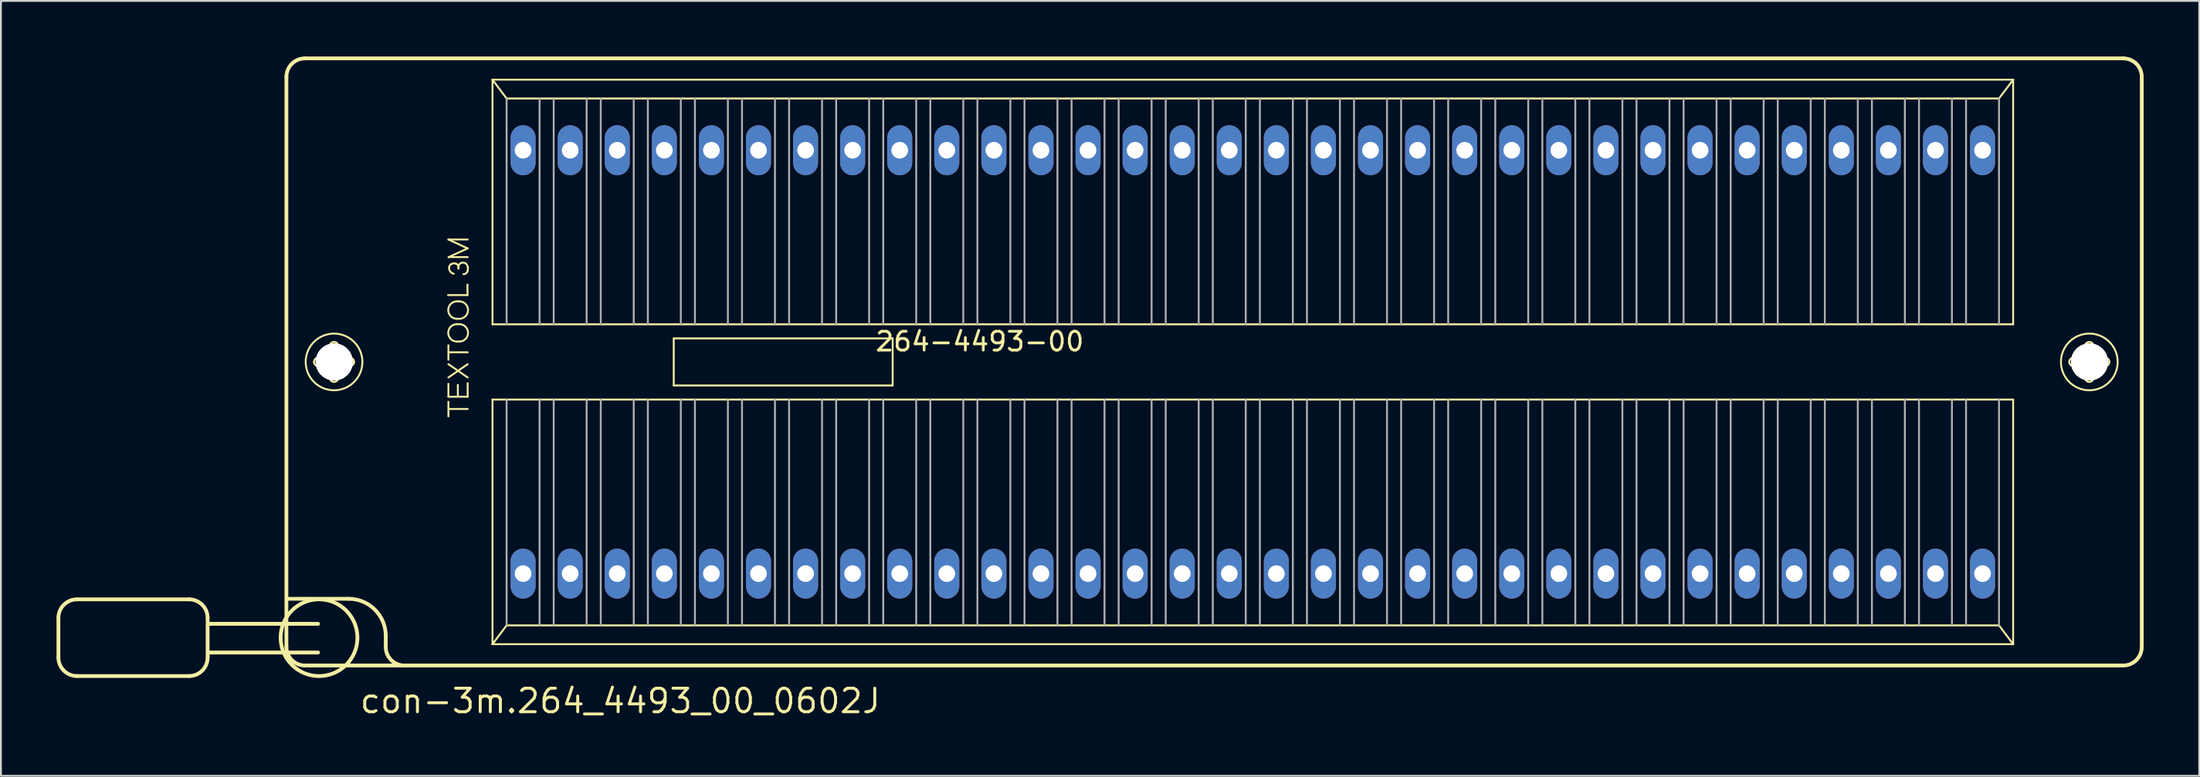
<source format=kicad_pcb>
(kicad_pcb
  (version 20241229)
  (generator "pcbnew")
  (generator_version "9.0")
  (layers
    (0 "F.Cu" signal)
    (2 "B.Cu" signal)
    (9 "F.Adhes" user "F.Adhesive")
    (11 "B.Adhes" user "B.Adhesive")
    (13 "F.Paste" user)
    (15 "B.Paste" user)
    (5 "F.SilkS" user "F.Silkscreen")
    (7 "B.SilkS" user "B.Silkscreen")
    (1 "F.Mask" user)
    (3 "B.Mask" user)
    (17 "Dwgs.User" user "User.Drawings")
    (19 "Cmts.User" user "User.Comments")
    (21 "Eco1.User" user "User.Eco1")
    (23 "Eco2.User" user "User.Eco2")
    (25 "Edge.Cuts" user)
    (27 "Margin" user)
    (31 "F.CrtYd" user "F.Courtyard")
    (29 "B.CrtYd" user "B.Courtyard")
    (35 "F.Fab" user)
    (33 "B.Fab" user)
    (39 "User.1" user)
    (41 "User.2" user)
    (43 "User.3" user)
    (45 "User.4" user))
  (footprint "con-3m.264_4493_00_0602J"
    (layer "F.Cu")
    (at 64.542 16.492)
    (property "Reference" "con-3m.264_4493_00_0602J" (at -48.26 19.05 0) (layer "F.SilkS") (effects (font (size 1.27 1.27) (thickness 0.16)) (justify left bottom)))
    (attr through_hole)
    (fp_line (start -64.44 13.82) (end -64.44 15.96) (stroke (width 0.203) (type default)) (layer "F.SilkS"))
    (fp_line (start -63.44 12.82) (end -57.39 12.82) (stroke (width 0.203) (type default)) (layer "F.SilkS"))
    (fp_line (start -57.39 16.96) (end -63.44 16.96) (stroke (width 0.203) (type default)) (layer "F.SilkS"))
    (fp_line (start -56.39 13.82) (end -56.39 15.96) (stroke (width 0.203) (type default)) (layer "F.SilkS"))
    (fp_line (start -52.14 15.39) (end -52.14 -15.39) (stroke (width 0.203) (type default)) (layer "F.SilkS"))
    (fp_line (start -52.03 12.79) (end -48.78 12.79) (stroke (width 0.203) (type default)) (layer "F.SilkS"))
    (fp_line (start -51.14 -16.39) (end 46.96 -16.39) (stroke (width 0.203) (type default)) (layer "F.SilkS"))
    (fp_line (start -50.43 14.14) (end -56.34 14.14) (stroke (width 0.203) (type default)) (layer "F.SilkS"))
    (fp_line (start -50.43 15.69) (end -56.34 15.69) (stroke (width 0.203) (type default)) (layer "F.SilkS"))
    (fp_line (start -50.42 -0.23) (end -49.87 -0.23) (stroke (width 0.102) (type default)) (layer "F.SilkS"))
    (fp_line (start -49.88 0.23) (end -50.42 0.23) (stroke (width 0.102) (type default)) (layer "F.SilkS"))
    (fp_line (start -49.8 -0.31) (end -49.8 -0.85) (stroke (width 0.102) (type default)) (layer "F.SilkS"))
    (fp_line (start -49.8 0.85) (end -49.8 0.3) (stroke (width 0.102) (type default)) (layer "F.SilkS"))
    (fp_line (start -49.34 -0.85) (end -49.34 -0.3) (stroke (width 0.102) (type default)) (layer "F.SilkS"))
    (fp_line (start -49.34 0.31) (end -49.34 0.85) (stroke (width 0.102) (type default)) (layer "F.SilkS"))
    (fp_line (start -49.26 -0.23) (end -48.72 -0.23) (stroke (width 0.102) (type default)) (layer "F.SilkS"))
    (fp_line (start -48.72 0.23) (end -49.27 0.23) (stroke (width 0.102) (type default)) (layer "F.SilkS"))
    (fp_line (start -46.78 14.74) (end -46.78 15.39) (stroke (width 0.203) (type default)) (layer "F.SilkS"))
    (fp_line (start -43.42 -3.61) (end -42.37 -3.61) (stroke (width 0.102) (type default)) (layer "F.SilkS"))
    (fp_line (start -43.4 -6.61) (end -42.36 -6.61) (stroke (width 0.102) (type default)) (layer "F.SilkS"))
    (fp_line (start -43.4 -0.12) (end -43.4 -0.9) (stroke (width 0.102) (type default)) (layer "F.SilkS"))
    (fp_line (start -43.4 0.12) (end -42.36 0.84) (stroke (width 0.102) (type default)) (layer "F.SilkS"))
    (fp_line (start -43.4 0.84) (end -42.36 0.12) (stroke (width 0.102) (type default)) (layer "F.SilkS"))
    (fp_line (start -43.4 1.18) (end -43.4 1.88) (stroke (width 0.102) (type default)) (layer "F.SilkS"))
    (fp_line (start -43.4 1.88) (end -42.36 1.88) (stroke (width 0.102) (type default)) (layer "F.SilkS"))
    (fp_line (start -43.4 2.94) (end -43.4 2.15) (stroke (width 0.102) (type default)) (layer "F.SilkS"))
    (fp_line (start -43.39 -5.66) (end -42.36 -6.13) (stroke (width 0.102) (type default)) (layer "F.SilkS"))
    (fp_line (start -43.39 2.54) (end -42.36 2.54) (stroke (width 0.102) (type default)) (layer "F.SilkS"))
    (fp_line (start -43.38 -0.52) (end -42.36 -0.52) (stroke (width 0.102) (type default)) (layer "F.SilkS"))
    (fp_line (start -42.94 -3.27) (end -42.81 -3.27) (stroke (width 0.102) (type default)) (layer "F.SilkS"))
    (fp_line (start -42.94 -2.33) (end -42.81 -2.33) (stroke (width 0.102) (type default)) (layer "F.SilkS"))
    (fp_line (start -42.94 -2.04) (end -42.81 -2.04) (stroke (width 0.102) (type default)) (layer "F.SilkS"))
    (fp_line (start -42.94 -1.1) (end -42.81 -1.1) (stroke (width 0.102) (type default)) (layer "F.SilkS"))
    (fp_line (start -42.89 1.24) (end -42.89 1.84) (stroke (width 0.102) (type default)) (layer "F.SilkS"))
    (fp_line (start -42.86 -5.03) (end -42.86 -5.12) (stroke (width 0.102) (type default)) (layer "F.SilkS"))
    (fp_line (start -42.37 -3.61) (end -42.37 -4.18) (stroke (width 0.102) (type default)) (layer "F.SilkS"))
    (fp_line (start -42.36 -6.13) (end -43.4 -6.61) (stroke (width 0.102) (type default)) (layer "F.SilkS"))
    (fp_line (start -42.36 -5.66) (end -43.39 -5.66) (stroke (width 0.102) (type default)) (layer "F.SilkS"))
    (fp_line (start -42.36 1.88) (end -42.36 1.15) (stroke (width 0.102) (type default)) (layer "F.SilkS"))
    (fp_line (start -41.021 -15.24) (end 41.021 -15.24) (stroke (width 0.102) (type default)) (layer "F.SilkS"))
    (fp_line (start -41.021 -2.032) (end -41.021 -15.24) (stroke (width 0.102) (type default)) (layer "F.SilkS"))
    (fp_line (start -41.021 2.032) (end 41.021 2.032) (stroke (width 0.102) (type default)) (layer "F.SilkS"))
    (fp_line (start -41.021 15.24) (end -41.021 2.032) (stroke (width 0.102) (type default)) (layer "F.SilkS"))
    (fp_line (start -41.021 15.24) (end -40.259 14.224) (stroke (width 0.102) (type default)) (layer "F.SilkS"))
    (fp_line (start -40.259 -14.224) (end -41.021 -15.24) (stroke (width 0.102) (type default)) (layer "F.SilkS"))
    (fp_line (start -40.259 14.224) (end 40.259 14.224) (stroke (width 0.102) (type default)) (layer "F.SilkS"))
    (fp_line (start -31.242 -1.27) (end -19.431 -1.27) (stroke (width 0.102) (type default)) (layer "F.SilkS"))
    (fp_line (start -31.242 1.27) (end -31.242 -1.27) (stroke (width 0.102) (type default)) (layer "F.SilkS"))
    (fp_line (start -19.431 -1.27) (end -19.431 1.27) (stroke (width 0.102) (type default)) (layer "F.SilkS"))
    (fp_line (start -19.431 1.27) (end -31.242 1.27) (stroke (width 0.102) (type default)) (layer "F.SilkS"))
    (fp_line (start 40.259 -14.224) (end -40.259 -14.224) (stroke (width 0.102) (type default)) (layer "F.SilkS"))
    (fp_line (start 40.259 14.224) (end 41.021 15.24) (stroke (width 0.102) (type default)) (layer "F.SilkS"))
    (fp_line (start 41.021 -15.24) (end 40.259 -14.224) (stroke (width 0.102) (type default)) (layer "F.SilkS"))
    (fp_line (start 41.021 -15.24) (end 41.021 -2.032) (stroke (width 0.102) (type default)) (layer "F.SilkS"))
    (fp_line (start 41.021 -2.032) (end -41.021 -2.032) (stroke (width 0.102) (type default)) (layer "F.SilkS"))
    (fp_line (start 41.021 2.032) (end 41.021 15.24) (stroke (width 0.102) (type default)) (layer "F.SilkS"))
    (fp_line (start 41.021 15.24) (end -41.021 15.24) (stroke (width 0.102) (type default)) (layer "F.SilkS"))
    (fp_line (start 44.28 -0.23) (end 44.83 -0.23) (stroke (width 0.102) (type default)) (layer "F.SilkS"))
    (fp_line (start 44.82 0.23) (end 44.28 0.23) (stroke (width 0.102) (type default)) (layer "F.SilkS"))
    (fp_line (start 44.9 -0.31) (end 44.9 -0.85) (stroke (width 0.102) (type default)) (layer "F.SilkS"))
    (fp_line (start 44.9 0.85) (end 44.9 0.3) (stroke (width 0.102) (type default)) (layer "F.SilkS"))
    (fp_line (start 45.36 -0.85) (end 45.36 -0.3) (stroke (width 0.102) (type default)) (layer "F.SilkS"))
    (fp_line (start 45.36 0.31) (end 45.36 0.85) (stroke (width 0.102) (type default)) (layer "F.SilkS"))
    (fp_line (start 45.44 -0.23) (end 45.98 -0.23) (stroke (width 0.102) (type default)) (layer "F.SilkS"))
    (fp_line (start 45.98 0.23) (end 45.43 0.23) (stroke (width 0.102) (type default)) (layer "F.SilkS"))
    (fp_line (start 46.96 16.39) (end -51.14 16.39) (stroke (width 0.203) (type default)) (layer "F.SilkS"))
    (fp_line (start 47.96 -15.39) (end 47.96 15.39) (stroke (width 0.203) (type default)) (layer "F.SilkS"))
    (fp_arc (start -64.44 13.82) (mid -64.147107 13.112893) (end -63.44 12.82) (stroke (width 0.2032) (type default)) (layer "F.SilkS"))
    (fp_arc (start -63.44 16.96) (mid -64.147107 16.667107) (end -64.44 15.96) (stroke (width 0.2032) (type default)) (layer "F.SilkS"))
    (fp_arc (start -57.39 12.82) (mid -56.682893 13.112893) (end -56.39 13.82) (stroke (width 0.2032) (type default)) (layer "F.SilkS"))
    (fp_arc (start -56.39 15.96) (mid -56.682893 16.667107) (end -57.39 16.96) (stroke (width 0.2032) (type default)) (layer "F.SilkS"))
    (fp_arc (start -52.14 -15.39) (mid -51.847107 -16.097107) (end -51.14 -16.39) (stroke (width 0.2032) (type default)) (layer "F.SilkS"))
    (fp_arc (start -51.14 16.39) (mid -51.847107 16.097107) (end -52.14 15.39) (stroke (width 0.2032) (type default)) (layer "F.SilkS"))
    (fp_arc (start -50.65 0) (mid -50.582635 -0.162635) (end -50.42 -0.23) (stroke (width 0.1016) (type default)) (layer "F.SilkS"))
    (fp_arc (start -50.42 0.23) (mid -50.582635 0.162635) (end -50.65 0) (stroke (width 0.1016) (type default)) (layer "F.SilkS"))
    (fp_arc (start -49.88 0.23) (mid -49.830503 0.250503) (end -49.81 0.3) (stroke (width 0.1016) (type default)) (layer "F.SilkS"))
    (fp_arc (start -49.8 -0.85) (mid -49.732635 -1.012635) (end -49.57 -1.08) (stroke (width 0.1016) (type default)) (layer "F.SilkS"))
    (fp_arc (start -49.8 -0.3) (mid -49.820503 -0.250503) (end -49.87 -0.23) (stroke (width 0.1016) (type default)) (layer "F.SilkS"))
    (fp_arc (start -49.57 -1.08) (mid -49.407365 -1.012635) (end -49.34 -0.85) (stroke (width 0.1016) (type default)) (layer "F.SilkS"))
    (fp_arc (start -49.57 1.08) (mid -49.732635 1.012635) (end -49.8 0.85) (stroke (width 0.1016) (type default)) (layer "F.SilkS"))
    (fp_arc (start -49.34 0.3) (mid -49.319497 0.250503) (end -49.27 0.23) (stroke (width 0.1016) (type default)) (layer "F.SilkS"))
    (fp_arc (start -49.34 0.85) (mid -49.407365 1.012635) (end -49.57 1.08) (stroke (width 0.1016) (type default)) (layer "F.SilkS"))
    (fp_arc (start -49.27 -0.23) (mid -49.319497 -0.250503) (end -49.34 -0.3) (stroke (width 0.1016) (type default)) (layer "F.SilkS"))
    (fp_arc (start -48.78 12.79) (mid -47.383341 13.35817) (end -46.78 14.74) (stroke (width 0.2032) (type default)) (layer "F.SilkS"))
    (fp_arc (start -48.72 -0.23) (mid -48.557365 -0.162635) (end -48.49 0) (stroke (width 0.1016) (type default)) (layer "F.SilkS"))
    (fp_arc (start -48.49 0) (mid -48.557365 0.162635) (end -48.72 0.23) (stroke (width 0.1016) (type default)) (layer "F.SilkS"))
    (fp_arc (start -45.73 16.39) (mid -46.469286 16.115) (end -46.78 15.39) (stroke (width 0.2032) (type default)) (layer "F.SilkS"))
    (fp_arc (start -43.36 -5.11) (mid -43.324621 -5.207696) (end -43.25 -5.28) (stroke (width 0.1016) (type default)) (layer "F.SilkS"))
    (fp_arc (start -43.25 -5.28) (mid -43.117382 -5.322157) (end -42.98 -5.3) (stroke (width 0.1016) (type default)) (layer "F.SilkS"))
    (fp_arc (start -43.11 -4.76) (mid -43.30297 -4.88645) (end -43.36 -5.11) (stroke (width 0.1016) (type default)) (layer "F.SilkS"))
    (fp_arc (start -42.98 -5.3) (mid -42.89275 -5.228167) (end -42.86 -5.12) (stroke (width 0.1016) (type default)) (layer "F.SilkS"))
    (fp_arc (start -42.94 -2.33) (mid -43.41 -2.8) (end -42.94 -3.27) (stroke (width 0.1016) (type default)) (layer "F.SilkS"))
    (fp_arc (start -42.94 -1.1) (mid -43.41 -1.57) (end -42.94 -2.04) (stroke (width 0.1016) (type default)) (layer "F.SilkS"))
    (fp_arc (start -42.86 -5.12) (mid -42.827891 -5.240938) (end -42.74 -5.33) (stroke (width 0.1016) (type default)) (layer "F.SilkS"))
    (fp_arc (start -42.81 -3.27) (mid -42.34 -2.8) (end -42.81 -2.33) (stroke (width 0.1016) (type default)) (layer "F.SilkS"))
    (fp_arc (start -42.81 -2.04) (mid -42.34 -1.57) (end -42.81 -1.1) (stroke (width 0.1016) (type default)) (layer "F.SilkS"))
    (fp_arc (start -42.74 -5.33) (mid -42.596886 -5.363595) (end -42.46 -5.31) (stroke (width 0.1016) (type default)) (layer "F.SilkS"))
    (fp_arc (start -42.46 -5.31) (mid -42.385084 -5.220954) (end -42.35 -5.11) (stroke (width 0.1016) (type default)) (layer "F.SilkS"))
    (fp_arc (start -42.36 -4.92) (mid -42.442524 -4.788503) (end -42.59 -4.74) (stroke (width 0.1016) (type default)) (layer "F.SilkS"))
    (fp_arc (start -42.35 -5.11) (mid -42.347277 -5.014594) (end -42.36 -4.92) (stroke (width 0.1016) (type default)) (layer "F.SilkS"))
    (fp_arc (start 44.05 0) (mid 44.117365 -0.162635) (end 44.28 -0.23) (stroke (width 0.1016) (type default)) (layer "F.SilkS"))
    (fp_arc (start 44.28 0.23) (mid 44.117365 0.162635) (end 44.05 0) (stroke (width 0.1016) (type default)) (layer "F.SilkS"))
    (fp_arc (start 44.82 0.23) (mid 44.869497 0.250503) (end 44.89 0.3) (stroke (width 0.1016) (type default)) (layer "F.SilkS"))
    (fp_arc (start 44.9 -0.85) (mid 44.967365 -1.012635) (end 45.13 -1.08) (stroke (width 0.1016) (type default)) (layer "F.SilkS"))
    (fp_arc (start 44.9 -0.3) (mid 44.879497 -0.250503) (end 44.83 -0.23) (stroke (width 0.1016) (type default)) (layer "F.SilkS"))
    (fp_arc (start 45.13 -1.08) (mid 45.292635 -1.012635) (end 45.36 -0.85) (stroke (width 0.1016) (type default)) (layer "F.SilkS"))
    (fp_arc (start 45.13 1.08) (mid 44.967365 1.012635) (end 44.9 0.85) (stroke (width 0.1016) (type default)) (layer "F.SilkS"))
    (fp_arc (start 45.36 0.3) (mid 45.380503 0.250503) (end 45.43 0.23) (stroke (width 0.1016) (type default)) (layer "F.SilkS"))
    (fp_arc (start 45.36 0.85) (mid 45.292635 1.012635) (end 45.13 1.08) (stroke (width 0.1016) (type default)) (layer "F.SilkS"))
    (fp_arc (start 45.43 -0.23) (mid 45.380503 -0.250503) (end 45.36 -0.3) (stroke (width 0.1016) (type default)) (layer "F.SilkS"))
    (fp_arc (start 45.98 -0.23) (mid 46.142635 -0.162635) (end 46.21 0) (stroke (width 0.1016) (type default)) (layer "F.SilkS"))
    (fp_arc (start 46.21 0) (mid 46.142635 0.162635) (end 45.98 0.23) (stroke (width 0.1016) (type default)) (layer "F.SilkS"))
    (fp_arc (start 46.96 -16.39) (mid 47.667107 -16.097107) (end 47.96 -15.39) (stroke (width 0.2032) (type default)) (layer "F.SilkS"))
    (fp_arc (start 47.96 15.39) (mid 47.667107 16.097107) (end 46.96 16.39) (stroke (width 0.2032) (type default)) (layer "F.SilkS"))
    (fp_circle (center -50.38 14.89) (end -48.308 14.89) (stroke (width 0.203) (type default)) (fill no) (layer "F.SilkS"))
    (fp_circle (center -49.57 0) (end -48.04 0) (stroke (width 0.102) (type default)) (fill no) (layer "F.SilkS"))
    (fp_circle (center 45.13 0) (end 46.66 0) (stroke (width 0.102) (type default)) (fill no) (layer "F.SilkS"))
    (fp_line (start -40.259 -14.224) (end -40.259 -2.032) (stroke (width 0.102) (type default)) (layer "F.Fab"))
    (fp_line (start -40.259 2.032) (end -40.259 14.224) (stroke (width 0.102) (type default)) (layer "F.Fab"))
    (fp_line (start -38.481 -2.032) (end -38.481 -14.224) (stroke (width 0.102) (type default)) (layer "F.Fab"))
    (fp_line (start -38.481 2.032) (end -38.481 14.224) (stroke (width 0.102) (type default)) (layer "F.Fab"))
    (fp_line (start -37.719 -2.032) (end -37.719 -14.224) (stroke (width 0.102) (type default)) (layer "F.Fab"))
    (fp_line (start -37.719 2.032) (end -37.719 14.224) (stroke (width 0.102) (type default)) (layer "F.Fab"))
    (fp_line (start -35.941 -2.032) (end -35.941 -14.224) (stroke (width 0.102) (type default)) (layer "F.Fab"))
    (fp_line (start -35.941 2.032) (end -35.941 14.224) (stroke (width 0.102) (type default)) (layer "F.Fab"))
    (fp_line (start -35.179 -2.032) (end -35.179 -14.224) (stroke (width 0.102) (type default)) (layer "F.Fab"))
    (fp_line (start -35.179 2.032) (end -35.179 14.224) (stroke (width 0.102) (type default)) (layer "F.Fab"))
    (fp_line (start -33.401 -2.032) (end -33.401 -14.224) (stroke (width 0.102) (type default)) (layer "F.Fab"))
    (fp_line (start -33.401 2.032) (end -33.401 14.224) (stroke (width 0.102) (type default)) (layer "F.Fab"))
    (fp_line (start -32.639 -2.032) (end -32.639 -14.224) (stroke (width 0.102) (type default)) (layer "F.Fab"))
    (fp_line (start -32.639 2.032) (end -32.639 14.224) (stroke (width 0.102) (type default)) (layer "F.Fab"))
    (fp_line (start -30.861 -2.032) (end -30.861 -14.224) (stroke (width 0.102) (type default)) (layer "F.Fab"))
    (fp_line (start -30.861 2.032) (end -30.861 14.224) (stroke (width 0.102) (type default)) (layer "F.Fab"))
    (fp_line (start -30.099 -2.032) (end -30.099 -14.224) (stroke (width 0.102) (type default)) (layer "F.Fab"))
    (fp_line (start -30.099 2.032) (end -30.099 14.224) (stroke (width 0.102) (type default)) (layer "F.Fab"))
    (fp_line (start -28.321 -2.032) (end -28.321 -14.224) (stroke (width 0.102) (type default)) (layer "F.Fab"))
    (fp_line (start -28.321 2.032) (end -28.321 14.224) (stroke (width 0.102) (type default)) (layer "F.Fab"))
    (fp_line (start -27.559 -2.032) (end -27.559 -14.224) (stroke (width 0.102) (type default)) (layer "F.Fab"))
    (fp_line (start -27.559 2.032) (end -27.559 14.224) (stroke (width 0.102) (type default)) (layer "F.Fab"))
    (fp_line (start -25.781 -2.032) (end -25.781 -14.224) (stroke (width 0.102) (type default)) (layer "F.Fab"))
    (fp_line (start -25.781 2.032) (end -25.781 14.224) (stroke (width 0.102) (type default)) (layer "F.Fab"))
    (fp_line (start -25.019 -2.032) (end -25.019 -14.224) (stroke (width 0.102) (type default)) (layer "F.Fab"))
    (fp_line (start -25.019 2.032) (end -25.019 14.224) (stroke (width 0.102) (type default)) (layer "F.Fab"))
    (fp_line (start -23.241 -2.032) (end -23.241 -14.224) (stroke (width 0.102) (type default)) (layer "F.Fab"))
    (fp_line (start -23.241 2.032) (end -23.241 14.224) (stroke (width 0.102) (type default)) (layer "F.Fab"))
    (fp_line (start -22.479 -2.032) (end -22.479 -14.224) (stroke (width 0.102) (type default)) (layer "F.Fab"))
    (fp_line (start -22.479 2.032) (end -22.479 14.224) (stroke (width 0.102) (type default)) (layer "F.Fab"))
    (fp_line (start -20.701 -2.032) (end -20.701 -14.224) (stroke (width 0.102) (type default)) (layer "F.Fab"))
    (fp_line (start -20.701 2.032) (end -20.701 14.224) (stroke (width 0.102) (type default)) (layer "F.Fab"))
    (fp_line (start -19.939 -2.032) (end -19.939 -14.224) (stroke (width 0.102) (type default)) (layer "F.Fab"))
    (fp_line (start -19.939 2.032) (end -19.939 14.224) (stroke (width 0.102) (type default)) (layer "F.Fab"))
    (fp_line (start -18.161 -2.032) (end -18.161 -14.224) (stroke (width 0.102) (type default)) (layer "F.Fab"))
    (fp_line (start -18.161 2.032) (end -18.161 14.224) (stroke (width 0.102) (type default)) (layer "F.Fab"))
    (fp_line (start -17.399 -2.032) (end -17.399 -14.224) (stroke (width 0.102) (type default)) (layer "F.Fab"))
    (fp_line (start -17.399 2.032) (end -17.399 14.224) (stroke (width 0.102) (type default)) (layer "F.Fab"))
    (fp_line (start -15.621 -2.032) (end -15.621 -14.224) (stroke (width 0.102) (type default)) (layer "F.Fab"))
    (fp_line (start -15.621 2.032) (end -15.621 14.224) (stroke (width 0.102) (type default)) (layer "F.Fab"))
    (fp_line (start -14.859 -2.032) (end -14.859 -14.224) (stroke (width 0.102) (type default)) (layer "F.Fab"))
    (fp_line (start -14.859 2.032) (end -14.859 14.224) (stroke (width 0.102) (type default)) (layer "F.Fab"))
    (fp_line (start -13.081 -2.032) (end -13.081 -14.224) (stroke (width 0.102) (type default)) (layer "F.Fab"))
    (fp_line (start -13.081 2.032) (end -13.081 14.224) (stroke (width 0.102) (type default)) (layer "F.Fab"))
    (fp_line (start -12.319 -2.032) (end -12.319 -14.224) (stroke (width 0.102) (type default)) (layer "F.Fab"))
    (fp_line (start -12.319 2.032) (end -12.319 14.224) (stroke (width 0.102) (type default)) (layer "F.Fab"))
    (fp_line (start -10.541 -2.032) (end -10.541 -14.224) (stroke (width 0.102) (type default)) (layer "F.Fab"))
    (fp_line (start -10.541 2.032) (end -10.541 14.224) (stroke (width 0.102) (type default)) (layer "F.Fab"))
    (fp_line (start -9.779 -2.032) (end -9.779 -14.224) (stroke (width 0.102) (type default)) (layer "F.Fab"))
    (fp_line (start -9.779 2.032) (end -9.779 14.224) (stroke (width 0.102) (type default)) (layer "F.Fab"))
    (fp_line (start -8.001 -2.032) (end -8.001 -14.224) (stroke (width 0.102) (type default)) (layer "F.Fab"))
    (fp_line (start -8.001 2.032) (end -8.001 14.224) (stroke (width 0.102) (type default)) (layer "F.Fab"))
    (fp_line (start -7.239 -2.032) (end -7.239 -14.224) (stroke (width 0.102) (type default)) (layer "F.Fab"))
    (fp_line (start -7.239 2.032) (end -7.239 14.224) (stroke (width 0.102) (type default)) (layer "F.Fab"))
    (fp_line (start -5.461 -2.032) (end -5.461 -14.224) (stroke (width 0.102) (type default)) (layer "F.Fab"))
    (fp_line (start -5.461 2.032) (end -5.461 14.224) (stroke (width 0.102) (type default)) (layer "F.Fab"))
    (fp_line (start -4.699 -2.032) (end -4.699 -14.224) (stroke (width 0.102) (type default)) (layer "F.Fab"))
    (fp_line (start -4.699 2.032) (end -4.699 14.224) (stroke (width 0.102) (type default)) (layer "F.Fab"))
    (fp_line (start -2.921 -2.032) (end -2.921 -14.224) (stroke (width 0.102) (type default)) (layer "F.Fab"))
    (fp_line (start -2.921 2.032) (end -2.921 14.224) (stroke (width 0.102) (type default)) (layer "F.Fab"))
    (fp_line (start -2.159 -2.032) (end -2.159 -14.224) (stroke (width 0.102) (type default)) (layer "F.Fab"))
    (fp_line (start -2.159 2.032) (end -2.159 14.224) (stroke (width 0.102) (type default)) (layer "F.Fab"))
    (fp_line (start -0.381 -2.032) (end -0.381 -14.224) (stroke (width 0.102) (type default)) (layer "F.Fab"))
    (fp_line (start -0.381 2.032) (end -0.381 14.224) (stroke (width 0.102) (type default)) (layer "F.Fab"))
    (fp_line (start 0.381 -2.032) (end 0.381 -14.224) (stroke (width 0.102) (type default)) (layer "F.Fab"))
    (fp_line (start 0.381 2.032) (end 0.381 14.224) (stroke (width 0.102) (type default)) (layer "F.Fab"))
    (fp_line (start 2.159 -2.032) (end 2.159 -14.224) (stroke (width 0.102) (type default)) (layer "F.Fab"))
    (fp_line (start 2.159 2.032) (end 2.159 14.224) (stroke (width 0.102) (type default)) (layer "F.Fab"))
    (fp_line (start 2.921 -2.032) (end 2.921 -14.224) (stroke (width 0.102) (type default)) (layer "F.Fab"))
    (fp_line (start 2.921 2.032) (end 2.921 14.224) (stroke (width 0.102) (type default)) (layer "F.Fab"))
    (fp_line (start 4.699 -2.032) (end 4.699 -14.224) (stroke (width 0.102) (type default)) (layer "F.Fab"))
    (fp_line (start 4.699 2.032) (end 4.699 14.224) (stroke (width 0.102) (type default)) (layer "F.Fab"))
    (fp_line (start 5.461 -2.032) (end 5.461 -14.224) (stroke (width 0.102) (type default)) (layer "F.Fab"))
    (fp_line (start 5.461 2.032) (end 5.461 14.224) (stroke (width 0.102) (type default)) (layer "F.Fab"))
    (fp_line (start 7.239 -2.032) (end 7.239 -14.224) (stroke (width 0.102) (type default)) (layer "F.Fab"))
    (fp_line (start 7.239 2.032) (end 7.239 14.224) (stroke (width 0.102) (type default)) (layer "F.Fab"))
    (fp_line (start 8.001 -2.032) (end 8.001 -14.224) (stroke (width 0.102) (type default)) (layer "F.Fab"))
    (fp_line (start 8.001 2.032) (end 8.001 14.224) (stroke (width 0.102) (type default)) (layer "F.Fab"))
    (fp_line (start 9.779 -2.032) (end 9.779 -14.224) (stroke (width 0.102) (type default)) (layer "F.Fab"))
    (fp_line (start 9.779 2.032) (end 9.779 14.224) (stroke (width 0.102) (type default)) (layer "F.Fab"))
    (fp_line (start 10.541 -2.032) (end 10.541 -14.224) (stroke (width 0.102) (type default)) (layer "F.Fab"))
    (fp_line (start 10.541 2.032) (end 10.541 14.224) (stroke (width 0.102) (type default)) (layer "F.Fab"))
    (fp_line (start 12.319 -2.032) (end 12.319 -14.224) (stroke (width 0.102) (type default)) (layer "F.Fab"))
    (fp_line (start 12.319 2.032) (end 12.319 14.224) (stroke (width 0.102) (type default)) (layer "F.Fab"))
    (fp_line (start 13.081 -2.032) (end 13.081 -14.224) (stroke (width 0.102) (type default)) (layer "F.Fab"))
    (fp_line (start 13.081 2.032) (end 13.081 14.224) (stroke (width 0.102) (type default)) (layer "F.Fab"))
    (fp_line (start 14.859 -2.032) (end 14.859 -14.224) (stroke (width 0.102) (type default)) (layer "F.Fab"))
    (fp_line (start 14.859 2.032) (end 14.859 14.224) (stroke (width 0.102) (type default)) (layer "F.Fab"))
    (fp_line (start 15.621 -2.032) (end 15.621 -14.224) (stroke (width 0.102) (type default)) (layer "F.Fab"))
    (fp_line (start 15.621 2.032) (end 15.621 14.224) (stroke (width 0.102) (type default)) (layer "F.Fab"))
    (fp_line (start 17.399 -2.032) (end 17.399 -14.224) (stroke (width 0.102) (type default)) (layer "F.Fab"))
    (fp_line (start 17.399 2.032) (end 17.399 14.224) (stroke (width 0.102) (type default)) (layer "F.Fab"))
    (fp_line (start 18.161 -2.032) (end 18.161 -14.224) (stroke (width 0.102) (type default)) (layer "F.Fab"))
    (fp_line (start 18.161 2.032) (end 18.161 14.224) (stroke (width 0.102) (type default)) (layer "F.Fab"))
    (fp_line (start 19.939 -2.032) (end 19.939 -14.224) (stroke (width 0.102) (type default)) (layer "F.Fab"))
    (fp_line (start 19.939 2.032) (end 19.939 14.224) (stroke (width 0.102) (type default)) (layer "F.Fab"))
    (fp_line (start 20.701 -2.032) (end 20.701 -14.224) (stroke (width 0.102) (type default)) (layer "F.Fab"))
    (fp_line (start 20.701 2.032) (end 20.701 14.224) (stroke (width 0.102) (type default)) (layer "F.Fab"))
    (fp_line (start 22.479 -2.032) (end 22.479 -14.224) (stroke (width 0.102) (type default)) (layer "F.Fab"))
    (fp_line (start 22.479 2.032) (end 22.479 14.224) (stroke (width 0.102) (type default)) (layer "F.Fab"))
    (fp_line (start 23.241 -2.032) (end 23.241 -14.224) (stroke (width 0.102) (type default)) (layer "F.Fab"))
    (fp_line (start 23.241 2.032) (end 23.241 14.224) (stroke (width 0.102) (type default)) (layer "F.Fab"))
    (fp_line (start 25.019 -2.032) (end 25.019 -14.224) (stroke (width 0.102) (type default)) (layer "F.Fab"))
    (fp_line (start 25.019 2.032) (end 25.019 14.224) (stroke (width 0.102) (type default)) (layer "F.Fab"))
    (fp_line (start 25.781 -2.032) (end 25.781 -14.224) (stroke (width 0.102) (type default)) (layer "F.Fab"))
    (fp_line (start 25.781 2.032) (end 25.781 14.224) (stroke (width 0.102) (type default)) (layer "F.Fab"))
    (fp_line (start 27.559 -2.032) (end 27.559 -14.224) (stroke (width 0.102) (type default)) (layer "F.Fab"))
    (fp_line (start 27.559 2.032) (end 27.559 14.224) (stroke (width 0.102) (type default)) (layer "F.Fab"))
    (fp_line (start 28.321 -2.032) (end 28.321 -14.224) (stroke (width 0.102) (type default)) (layer "F.Fab"))
    (fp_line (start 28.321 2.032) (end 28.321 14.224) (stroke (width 0.102) (type default)) (layer "F.Fab"))
    (fp_line (start 30.099 -2.032) (end 30.099 -14.224) (stroke (width 0.102) (type default)) (layer "F.Fab"))
    (fp_line (start 30.099 2.032) (end 30.099 14.224) (stroke (width 0.102) (type default)) (layer "F.Fab"))
    (fp_line (start 30.861 -2.032) (end 30.861 -14.224) (stroke (width 0.102) (type default)) (layer "F.Fab"))
    (fp_line (start 30.861 2.032) (end 30.861 14.224) (stroke (width 0.102) (type default)) (layer "F.Fab"))
    (fp_line (start 32.639 -2.032) (end 32.639 -14.224) (stroke (width 0.102) (type default)) (layer "F.Fab"))
    (fp_line (start 32.639 2.032) (end 32.639 14.224) (stroke (width 0.102) (type default)) (layer "F.Fab"))
    (fp_line (start 33.401 -2.032) (end 33.401 -14.224) (stroke (width 0.102) (type default)) (layer "F.Fab"))
    (fp_line (start 33.401 2.032) (end 33.401 14.224) (stroke (width 0.102) (type default)) (layer "F.Fab"))
    (fp_line (start 35.179 -2.032) (end 35.179 -14.224) (stroke (width 0.102) (type default)) (layer "F.Fab"))
    (fp_line (start 35.179 2.032) (end 35.179 14.224) (stroke (width 0.102) (type default)) (layer "F.Fab"))
    (fp_line (start 35.941 -2.032) (end 35.941 -14.224) (stroke (width 0.102) (type default)) (layer "F.Fab"))
    (fp_line (start 35.941 2.032) (end 35.941 14.224) (stroke (width 0.102) (type default)) (layer "F.Fab"))
    (fp_line (start 37.719 -2.032) (end 37.719 -14.224) (stroke (width 0.102) (type default)) (layer "F.Fab"))
    (fp_line (start 37.719 2.032) (end 37.719 14.224) (stroke (width 0.102) (type default)) (layer "F.Fab"))
    (fp_line (start 38.481 -2.032) (end 38.481 -14.224) (stroke (width 0.102) (type default)) (layer "F.Fab"))
    (fp_line (start 38.481 2.032) (end 38.481 14.224) (stroke (width 0.102) (type default)) (layer "F.Fab"))
    (fp_line (start 40.259 -2.032) (end 40.259 -14.224) (stroke (width 0.102) (type default)) (layer "F.Fab"))
    (fp_line (start 40.259 14.224) (end 40.259 2.032) (stroke (width 0.102) (type default)) (layer "F.Fab"))
    (fp_text user "264-4493-00" (at -20.447 -0.508 180) (layer "F.SilkS") (effects (font (size 1.016 1.016) (thickness 0.15)) (justify left bottom)))
    (pad "" np_thru_hole circle (at -49.56 0) (size 2 2) (drill 2) (layers "*.Cu" "*.Mask"))
    (pad "" np_thru_hole circle (at -49.56 0) (size 2 2) (drill 2) (layers "*.Cu" "*.Mask"))
    (pad "" np_thru_hole circle (at 45.14 0) (size 2 2) (drill 2) (layers "*.Cu" "*.Mask"))
    (pad "" np_thru_hole circle (at 45.14 0) (size 2 2) (drill 2) (layers "*.Cu" "*.Mask"))
    (pad "1" thru_hole oval (at -39.37 11.43 90) (size 2.7 1.35) (drill 0.9) (layers "*.Cu" "*.Mask"))
    (pad "2" thru_hole oval (at -36.83 11.43 90) (size 2.7 1.35) (drill 0.9) (layers "*.Cu" "*.Mask"))
    (pad "3" thru_hole oval (at -34.29 11.43 90) (size 2.7 1.35) (drill 0.9) (layers "*.Cu" "*.Mask"))
    (pad "4" thru_hole oval (at -31.75 11.43 90) (size 2.7 1.35) (drill 0.9) (layers "*.Cu" "*.Mask"))
    (pad "5" thru_hole oval (at -29.21 11.43 90) (size 2.7 1.35) (drill 0.9) (layers "*.Cu" "*.Mask"))
    (pad "6" thru_hole oval (at -26.67 11.43 90) (size 2.7 1.35) (drill 0.9) (layers "*.Cu" "*.Mask"))
    (pad "7" thru_hole oval (at -24.13 11.43 90) (size 2.7 1.35) (drill 0.9) (layers "*.Cu" "*.Mask"))
    (pad "8" thru_hole oval (at -21.59 11.43 90) (size 2.7 1.35) (drill 0.9) (layers "*.Cu" "*.Mask"))
    (pad "9" thru_hole oval (at -19.05 11.43 90) (size 2.7 1.35) (drill 0.9) (layers "*.Cu" "*.Mask"))
    (pad "10" thru_hole oval (at -16.51 11.43 90) (size 2.7 1.35) (drill 0.9) (layers "*.Cu" "*.Mask"))
    (pad "11" thru_hole oval (at -13.97 11.43 90) (size 2.7 1.35) (drill 0.9) (layers "*.Cu" "*.Mask"))
    (pad "12" thru_hole oval (at -11.43 11.43 90) (size 2.7 1.35) (drill 0.9) (layers "*.Cu" "*.Mask"))
    (pad "13" thru_hole oval (at -8.89 11.43 90) (size 2.7 1.35) (drill 0.9) (layers "*.Cu" "*.Mask"))
    (pad "14" thru_hole oval (at -6.35 11.43 90) (size 2.7 1.35) (drill 0.9) (layers "*.Cu" "*.Mask"))
    (pad "15" thru_hole oval (at -3.81 11.43 90) (size 2.7 1.35) (drill 0.9) (layers "*.Cu" "*.Mask"))
    (pad "16" thru_hole oval (at -1.27 11.43 90) (size 2.7 1.35) (drill 0.9) (layers "*.Cu" "*.Mask"))
    (pad "17" thru_hole oval (at 1.27 11.43 90) (size 2.7 1.35) (drill 0.9) (layers "*.Cu" "*.Mask"))
    (pad "18" thru_hole oval (at 3.81 11.43 90) (size 2.7 1.35) (drill 0.9) (layers "*.Cu" "*.Mask"))
    (pad "19" thru_hole oval (at 6.35 11.43 90) (size 2.7 1.35) (drill 0.9) (layers "*.Cu" "*.Mask"))
    (pad "20" thru_hole oval (at 8.89 11.43 90) (size 2.7 1.35) (drill 0.9) (layers "*.Cu" "*.Mask"))
    (pad "21" thru_hole oval (at 11.43 11.43 90) (size 2.7 1.35) (drill 0.9) (layers "*.Cu" "*.Mask"))
    (pad "22" thru_hole oval (at 13.97 11.43 90) (size 2.7 1.35) (drill 0.9) (layers "*.Cu" "*.Mask"))
    (pad "23" thru_hole oval (at 16.51 11.43 90) (size 2.7 1.35) (drill 0.9) (layers "*.Cu" "*.Mask"))
    (pad "24" thru_hole oval (at 19.05 11.43 90) (size 2.7 1.35) (drill 0.9) (layers "*.Cu" "*.Mask"))
    (pad "25" thru_hole oval (at 21.59 11.43 90) (size 2.7 1.35) (drill 0.9) (layers "*.Cu" "*.Mask"))
    (pad "26" thru_hole oval (at 24.13 11.43 90) (size 2.7 1.35) (drill 0.9) (layers "*.Cu" "*.Mask"))
    (pad "27" thru_hole oval (at 26.67 11.43 90) (size 2.7 1.35) (drill 0.9) (layers "*.Cu" "*.Mask"))
    (pad "28" thru_hole oval (at 29.21 11.43 90) (size 2.7 1.35) (drill 0.9) (layers "*.Cu" "*.Mask"))
    (pad "29" thru_hole oval (at 31.75 11.43 90) (size 2.7 1.35) (drill 0.9) (layers "*.Cu" "*.Mask"))
    (pad "30" thru_hole oval (at 34.29 11.43 90) (size 2.7 1.35) (drill 0.9) (layers "*.Cu" "*.Mask"))
    (pad "31" thru_hole oval (at 36.83 11.43 90) (size 2.7 1.35) (drill 0.9) (layers "*.Cu" "*.Mask"))
    (pad "32" thru_hole oval (at 39.37 11.43 90) (size 2.7 1.35) (drill 0.9) (layers "*.Cu" "*.Mask"))
    (pad "33" thru_hole oval (at 39.37 -11.43 90) (size 2.7 1.35) (drill 0.9) (layers "*.Cu" "*.Mask"))
    (pad "34" thru_hole oval (at 36.83 -11.43 90) (size 2.7 1.35) (drill 0.9) (layers "*.Cu" "*.Mask"))
    (pad "35" thru_hole oval (at 34.29 -11.43 90) (size 2.7 1.35) (drill 0.9) (layers "*.Cu" "*.Mask"))
    (pad "36" thru_hole oval (at 31.75 -11.43 90) (size 2.7 1.35) (drill 0.9) (layers "*.Cu" "*.Mask"))
    (pad "37" thru_hole oval (at 29.21 -11.43 90) (size 2.7 1.35) (drill 0.9) (layers "*.Cu" "*.Mask"))
    (pad "38" thru_hole oval (at 26.67 -11.43 90) (size 2.7 1.35) (drill 0.9) (layers "*.Cu" "*.Mask"))
    (pad "39" thru_hole oval (at 24.13 -11.43 90) (size 2.7 1.35) (drill 0.9) (layers "*.Cu" "*.Mask"))
    (pad "40" thru_hole oval (at 21.59 -11.43 90) (size 2.7 1.35) (drill 0.9) (layers "*.Cu" "*.Mask"))
    (pad "41" thru_hole oval (at 19.05 -11.43 90) (size 2.7 1.35) (drill 0.9) (layers "*.Cu" "*.Mask"))
    (pad "42" thru_hole oval (at 16.51 -11.43 90) (size 2.7 1.35) (drill 0.9) (layers "*.Cu" "*.Mask"))
    (pad "43" thru_hole oval (at 13.97 -11.43 90) (size 2.7 1.35) (drill 0.9) (layers "*.Cu" "*.Mask"))
    (pad "44" thru_hole oval (at 11.43 -11.43 90) (size 2.7 1.35) (drill 0.9) (layers "*.Cu" "*.Mask"))
    (pad "45" thru_hole oval (at 8.89 -11.43 90) (size 2.7 1.35) (drill 0.9) (layers "*.Cu" "*.Mask"))
    (pad "46" thru_hole oval (at 6.35 -11.43 90) (size 2.7 1.35) (drill 0.9) (layers "*.Cu" "*.Mask"))
    (pad "47" thru_hole oval (at 3.81 -11.43 90) (size 2.7 1.35) (drill 0.9) (layers "*.Cu" "*.Mask"))
    (pad "48" thru_hole oval (at 1.27 -11.43 90) (size 2.7 1.35) (drill 0.9) (layers "*.Cu" "*.Mask"))
    (pad "49" thru_hole oval (at -1.27 -11.43 90) (size 2.7 1.35) (drill 0.9) (layers "*.Cu" "*.Mask"))
    (pad "50" thru_hole oval (at -3.81 -11.43 90) (size 2.7 1.35) (drill 0.9) (layers "*.Cu" "*.Mask"))
    (pad "51" thru_hole oval (at -6.35 -11.43 90) (size 2.7 1.35) (drill 0.9) (layers "*.Cu" "*.Mask"))
    (pad "52" thru_hole oval (at -8.89 -11.43 90) (size 2.7 1.35) (drill 0.9) (layers "*.Cu" "*.Mask"))
    (pad "53" thru_hole oval (at -11.43 -11.43 90) (size 2.7 1.35) (drill 0.9) (layers "*.Cu" "*.Mask"))
    (pad "54" thru_hole oval (at -13.97 -11.43 90) (size 2.7 1.35) (drill 0.9) (layers "*.Cu" "*.Mask"))
    (pad "55" thru_hole oval (at -16.51 -11.43 90) (size 2.7 1.35) (drill 0.9) (layers "*.Cu" "*.Mask"))
    (pad "56" thru_hole oval (at -19.05 -11.43 90) (size 2.7 1.35) (drill 0.9) (layers "*.Cu" "*.Mask"))
    (pad "57" thru_hole oval (at -21.59 -11.43 90) (size 2.7 1.35) (drill 0.9) (layers "*.Cu" "*.Mask"))
    (pad "58" thru_hole oval (at -24.13 -11.43 90) (size 2.7 1.35) (drill 0.9) (layers "*.Cu" "*.Mask"))
    (pad "59" thru_hole oval (at -26.67 -11.43 90) (size 2.7 1.35) (drill 0.9) (layers "*.Cu" "*.Mask"))
    (pad "60" thru_hole oval (at -29.21 -11.43 90) (size 2.7 1.35) (drill 0.9) (layers "*.Cu" "*.Mask"))
    (pad "61" thru_hole oval (at -31.75 -11.43 90) (size 2.7 1.35) (drill 0.9) (layers "*.Cu" "*.Mask"))
    (pad "62" thru_hole oval (at -34.29 -11.43 90) (size 2.7 1.35) (drill 0.9) (layers "*.Cu" "*.Mask"))
    (pad "63" thru_hole oval (at -36.83 -11.43 90) (size 2.7 1.35) (drill 0.9) (layers "*.Cu" "*.Mask"))
    (pad "64" thru_hole oval (at -39.37 -11.43 90) (size 2.7 1.35) (drill 0.9) (layers "*.Cu" "*.Mask")))
  (gr_rect
    (start -3 -3)
    (end 115.603 38.839)
    (stroke (width 0.1) (type default))
    (fill no)
    (layer "Edge.Cuts")))
</source>
